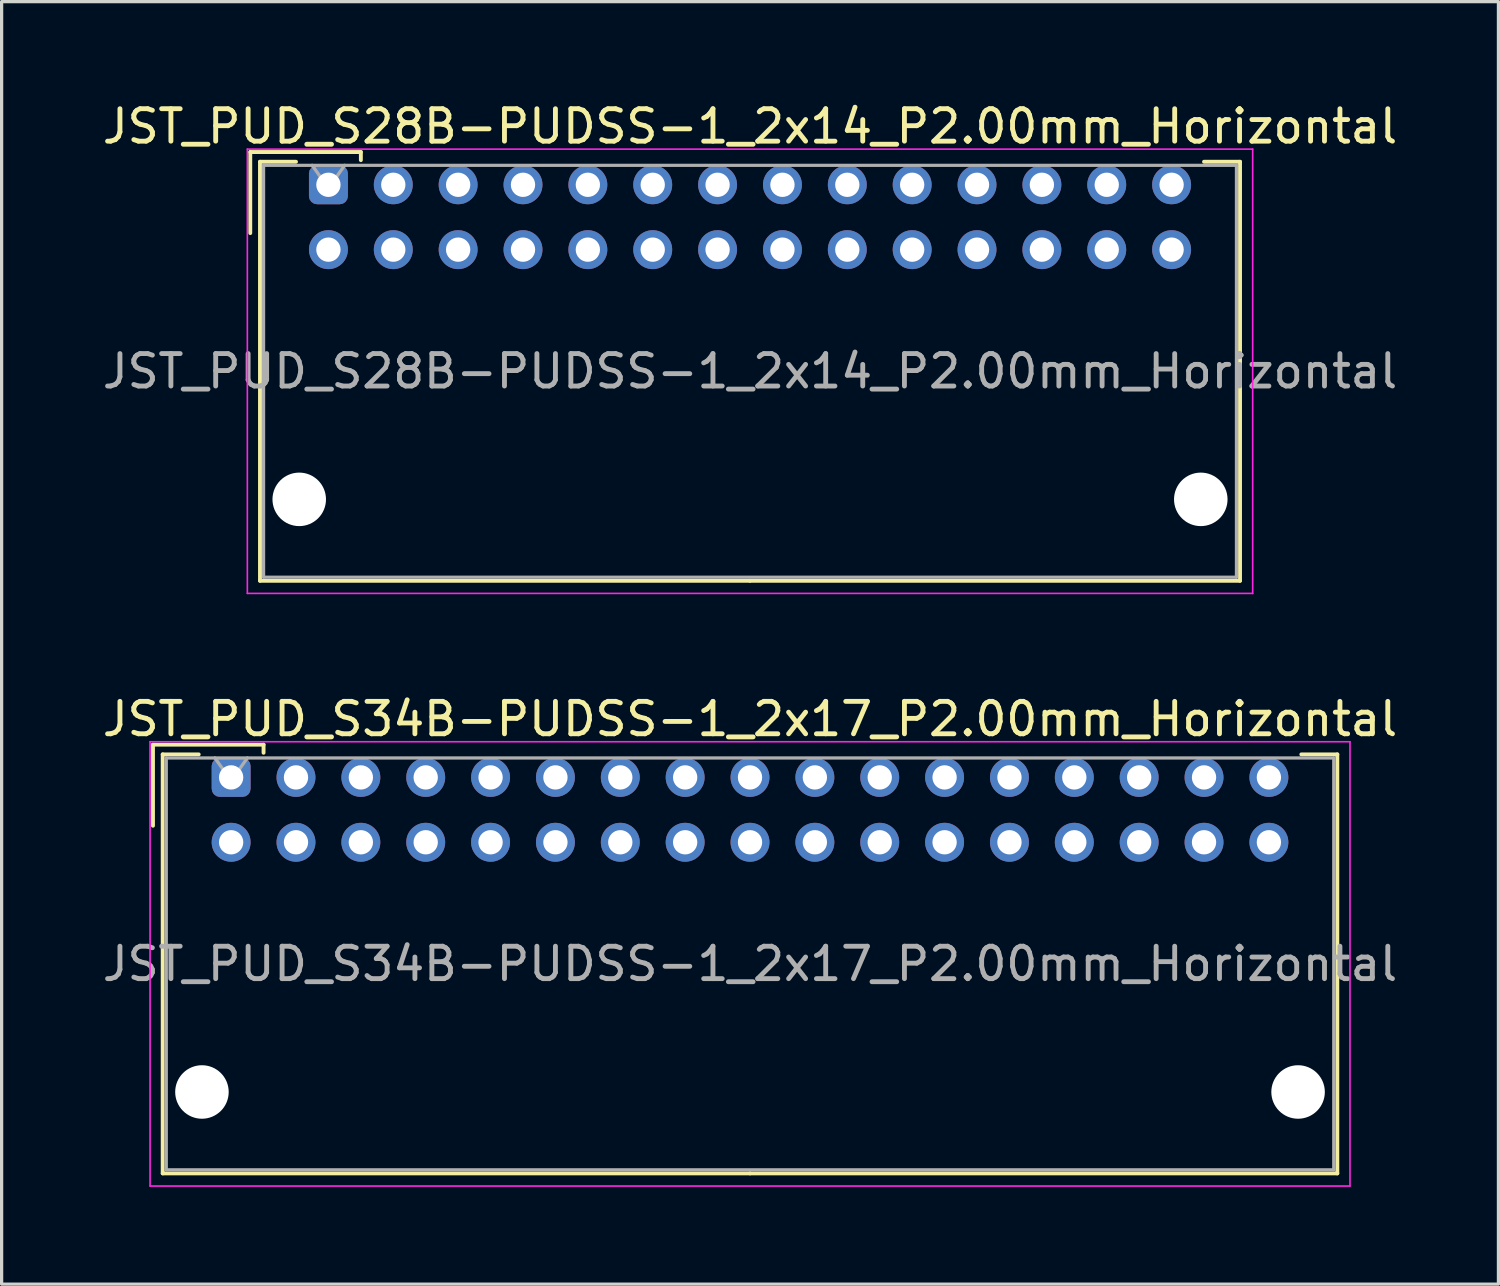
<source format=kicad_pcb>
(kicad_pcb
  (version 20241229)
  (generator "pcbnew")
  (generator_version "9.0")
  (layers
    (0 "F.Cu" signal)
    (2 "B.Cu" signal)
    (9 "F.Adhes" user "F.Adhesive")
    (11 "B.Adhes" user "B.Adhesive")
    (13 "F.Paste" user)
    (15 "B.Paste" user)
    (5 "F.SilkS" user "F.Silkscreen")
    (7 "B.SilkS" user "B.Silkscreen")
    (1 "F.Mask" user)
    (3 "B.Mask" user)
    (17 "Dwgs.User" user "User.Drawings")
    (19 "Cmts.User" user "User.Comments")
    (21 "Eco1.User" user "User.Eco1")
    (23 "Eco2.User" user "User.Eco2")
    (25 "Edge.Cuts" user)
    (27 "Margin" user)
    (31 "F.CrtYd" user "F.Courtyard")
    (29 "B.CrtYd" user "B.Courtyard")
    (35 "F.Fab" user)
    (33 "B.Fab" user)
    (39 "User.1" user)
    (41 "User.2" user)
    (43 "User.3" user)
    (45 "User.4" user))
  (footprint "JST_PUD_S28B-PUDSS-1_2x14_P2.00mm_Horizontal"
    (layer "F.Cu")
    (at 7.077 2.648)
    (property "Reference" "JST_PUD_S28B-PUDSS-1_2x14_P2.00mm_Horizontal" (at 13 -1.8 0) (layer "F.SilkS") (effects (font (size 1 1) (thickness 0.15))))
    (attr through_hole)
    (fp_line (start -2.41 -1.01) (end -2.41 1.49) (stroke (width 0.12) (type solid)) (layer "F.SilkS"))
    (fp_line (start -2.11 -0.71) (end -2.11 12.21) (stroke (width 0.12) (type solid)) (layer "F.SilkS"))
    (fp_line (start -2.11 12.21) (end 13 12.21) (stroke (width 0.12) (type solid)) (layer "F.SilkS"))
    (fp_line (start -1 -0.71) (end -2.11 -0.71) (stroke (width 0.12) (type solid)) (layer "F.SilkS"))
    (fp_line (start 1 -1.01) (end -2.41 -1.01) (stroke (width 0.12) (type solid)) (layer "F.SilkS"))
    (fp_line (start 1 -0.76) (end 1 -1.01) (stroke (width 0.12) (type solid)) (layer "F.SilkS"))
    (fp_line (start 27 -0.71) (end 28.11 -0.71) (stroke (width 0.12) (type solid)) (layer "F.SilkS"))
    (fp_line (start 28.11 -0.71) (end 28.11 12.21) (stroke (width 0.12) (type solid)) (layer "F.SilkS"))
    (fp_line (start 28.11 12.21) (end 13 12.21) (stroke (width 0.12) (type solid)) (layer "F.SilkS"))
    (fp_line (start -2.5 -1.1) (end -2.5 12.6) (stroke (width 0.05) (type solid)) (layer "F.CrtYd"))
    (fp_line (start -2.5 12.6) (end 28.5 12.6) (stroke (width 0.05) (type solid)) (layer "F.CrtYd"))
    (fp_line (start 28.5 -1.1) (end -2.5 -1.1) (stroke (width 0.05) (type solid)) (layer "F.CrtYd"))
    (fp_line (start 28.5 12.6) (end 28.5 -1.1) (stroke (width 0.05) (type solid)) (layer "F.CrtYd"))
    (fp_line (start -2 -0.6) (end -2 12.1) (stroke (width 0.1) (type solid)) (layer "F.Fab"))
    (fp_line (start -2 12.1) (end 28 12.1) (stroke (width 0.1) (type solid)) (layer "F.Fab"))
    (fp_line (start 0 0.107) (end -0.5 -0.6) (stroke (width 0.1) (type solid)) (layer "F.Fab"))
    (fp_line (start 0.5 -0.6) (end 0 0.107) (stroke (width 0.1) (type solid)) (layer "F.Fab"))
    (fp_line (start 28 -0.6) (end -2 -0.6) (stroke (width 0.1) (type solid)) (layer "F.Fab"))
    (fp_line (start 28 12.1) (end 28 -0.6) (stroke (width 0.1) (type solid)) (layer "F.Fab"))
    (fp_text user "${REFERENCE}" (at 13 5.75 0) (layer "F.Fab") (effects (font (size 1 1) (thickness 0.15))))
    (pad "" np_thru_hole circle (at -0.9 9.7) (size 1.65 1.65) (drill 1.65) (layers "*.Cu" "*.Mask"))
    (pad "" np_thru_hole circle (at 26.9 9.7) (size 1.65 1.65) (drill 1.65) (layers "*.Cu" "*.Mask"))
    (pad "1" thru_hole roundrect (at 0 0) (size 1.2 1.2) (drill 0.75) (layers "*.Cu" "*.Mask") (roundrect_rratio 0.208))
    (pad "2" thru_hole circle (at 0 2) (size 1.2 1.2) (drill 0.75) (layers "*.Cu" "*.Mask"))
    (pad "3" thru_hole circle (at 2 0) (size 1.2 1.2) (drill 0.75) (layers "*.Cu" "*.Mask"))
    (pad "4" thru_hole circle (at 2 2) (size 1.2 1.2) (drill 0.75) (layers "*.Cu" "*.Mask"))
    (pad "5" thru_hole circle (at 4 0) (size 1.2 1.2) (drill 0.75) (layers "*.Cu" "*.Mask"))
    (pad "6" thru_hole circle (at 4 2) (size 1.2 1.2) (drill 0.75) (layers "*.Cu" "*.Mask"))
    (pad "7" thru_hole circle (at 6 0) (size 1.2 1.2) (drill 0.75) (layers "*.Cu" "*.Mask"))
    (pad "8" thru_hole circle (at 6 2) (size 1.2 1.2) (drill 0.75) (layers "*.Cu" "*.Mask"))
    (pad "9" thru_hole circle (at 8 0) (size 1.2 1.2) (drill 0.75) (layers "*.Cu" "*.Mask"))
    (pad "10" thru_hole circle (at 8 2) (size 1.2 1.2) (drill 0.75) (layers "*.Cu" "*.Mask"))
    (pad "11" thru_hole circle (at 10 0) (size 1.2 1.2) (drill 0.75) (layers "*.Cu" "*.Mask"))
    (pad "12" thru_hole circle (at 10 2) (size 1.2 1.2) (drill 0.75) (layers "*.Cu" "*.Mask"))
    (pad "13" thru_hole circle (at 12 0) (size 1.2 1.2) (drill 0.75) (layers "*.Cu" "*.Mask"))
    (pad "14" thru_hole circle (at 12 2) (size 1.2 1.2) (drill 0.75) (layers "*.Cu" "*.Mask"))
    (pad "15" thru_hole circle (at 14 0) (size 1.2 1.2) (drill 0.75) (layers "*.Cu" "*.Mask"))
    (pad "16" thru_hole circle (at 14 2) (size 1.2 1.2) (drill 0.75) (layers "*.Cu" "*.Mask"))
    (pad "17" thru_hole circle (at 16 0) (size 1.2 1.2) (drill 0.75) (layers "*.Cu" "*.Mask"))
    (pad "18" thru_hole circle (at 16 2) (size 1.2 1.2) (drill 0.75) (layers "*.Cu" "*.Mask"))
    (pad "19" thru_hole circle (at 18 0) (size 1.2 1.2) (drill 0.75) (layers "*.Cu" "*.Mask"))
    (pad "20" thru_hole circle (at 18 2) (size 1.2 1.2) (drill 0.75) (layers "*.Cu" "*.Mask"))
    (pad "21" thru_hole circle (at 20 0) (size 1.2 1.2) (drill 0.75) (layers "*.Cu" "*.Mask"))
    (pad "22" thru_hole circle (at 20 2) (size 1.2 1.2) (drill 0.75) (layers "*.Cu" "*.Mask"))
    (pad "23" thru_hole circle (at 22 0) (size 1.2 1.2) (drill 0.75) (layers "*.Cu" "*.Mask"))
    (pad "24" thru_hole circle (at 22 2) (size 1.2 1.2) (drill 0.75) (layers "*.Cu" "*.Mask"))
    (pad "25" thru_hole circle (at 24 0) (size 1.2 1.2) (drill 0.75) (layers "*.Cu" "*.Mask"))
    (pad "26" thru_hole circle (at 24 2) (size 1.2 1.2) (drill 0.75) (layers "*.Cu" "*.Mask"))
    (pad "27" thru_hole circle (at 26 0) (size 1.2 1.2) (drill 0.75) (layers "*.Cu" "*.Mask"))
    (pad "28" thru_hole circle (at 26 2) (size 1.2 1.2) (drill 0.75) (layers "*.Cu" "*.Mask")))
  (footprint "JST_PUD_S34B-PUDSS-1_2x17_P2.00mm_Horizontal"
    (layer "F.Cu")
    (at 4.077 20.922)
    (property "Reference" "JST_PUD_S34B-PUDSS-1_2x17_P2.00mm_Horizontal" (at 16 -1.8 0) (layer "F.SilkS") (effects (font (size 1 1) (thickness 0.15))))
    (attr through_hole)
    (fp_line (start -2.41 -1.01) (end -2.41 1.49) (stroke (width 0.12) (type solid)) (layer "F.SilkS"))
    (fp_line (start -2.11 -0.71) (end -2.11 12.21) (stroke (width 0.12) (type solid)) (layer "F.SilkS"))
    (fp_line (start -2.11 12.21) (end 16 12.21) (stroke (width 0.12) (type solid)) (layer "F.SilkS"))
    (fp_line (start -1 -0.71) (end -2.11 -0.71) (stroke (width 0.12) (type solid)) (layer "F.SilkS"))
    (fp_line (start 1 -1.01) (end -2.41 -1.01) (stroke (width 0.12) (type solid)) (layer "F.SilkS"))
    (fp_line (start 1 -0.76) (end 1 -1.01) (stroke (width 0.12) (type solid)) (layer "F.SilkS"))
    (fp_line (start 33 -0.71) (end 34.11 -0.71) (stroke (width 0.12) (type solid)) (layer "F.SilkS"))
    (fp_line (start 34.11 -0.71) (end 34.11 12.21) (stroke (width 0.12) (type solid)) (layer "F.SilkS"))
    (fp_line (start 34.11 12.21) (end 16 12.21) (stroke (width 0.12) (type solid)) (layer "F.SilkS"))
    (fp_line (start -2.5 -1.1) (end -2.5 12.6) (stroke (width 0.05) (type solid)) (layer "F.CrtYd"))
    (fp_line (start -2.5 12.6) (end 34.5 12.6) (stroke (width 0.05) (type solid)) (layer "F.CrtYd"))
    (fp_line (start 34.5 -1.1) (end -2.5 -1.1) (stroke (width 0.05) (type solid)) (layer "F.CrtYd"))
    (fp_line (start 34.5 12.6) (end 34.5 -1.1) (stroke (width 0.05) (type solid)) (layer "F.CrtYd"))
    (fp_line (start -2 -0.6) (end -2 12.1) (stroke (width 0.1) (type solid)) (layer "F.Fab"))
    (fp_line (start -2 12.1) (end 34 12.1) (stroke (width 0.1) (type solid)) (layer "F.Fab"))
    (fp_line (start 0 0.107) (end -0.5 -0.6) (stroke (width 0.1) (type solid)) (layer "F.Fab"))
    (fp_line (start 0.5 -0.6) (end 0 0.107) (stroke (width 0.1) (type solid)) (layer "F.Fab"))
    (fp_line (start 34 -0.6) (end -2 -0.6) (stroke (width 0.1) (type solid)) (layer "F.Fab"))
    (fp_line (start 34 12.1) (end 34 -0.6) (stroke (width 0.1) (type solid)) (layer "F.Fab"))
    (fp_text user "${REFERENCE}" (at 16 5.75 0) (layer "F.Fab") (effects (font (size 1 1) (thickness 0.15))))
    (pad "" np_thru_hole circle (at -0.9 9.7) (size 1.65 1.65) (drill 1.65) (layers "*.Cu" "*.Mask"))
    (pad "" np_thru_hole circle (at 32.9 9.7) (size 1.65 1.65) (drill 1.65) (layers "*.Cu" "*.Mask"))
    (pad "1" thru_hole roundrect (at 0 0) (size 1.2 1.2) (drill 0.75) (layers "*.Cu" "*.Mask") (roundrect_rratio 0.208))
    (pad "2" thru_hole circle (at 0 2) (size 1.2 1.2) (drill 0.75) (layers "*.Cu" "*.Mask"))
    (pad "3" thru_hole circle (at 2 0) (size 1.2 1.2) (drill 0.75) (layers "*.Cu" "*.Mask"))
    (pad "4" thru_hole circle (at 2 2) (size 1.2 1.2) (drill 0.75) (layers "*.Cu" "*.Mask"))
    (pad "5" thru_hole circle (at 4 0) (size 1.2 1.2) (drill 0.75) (layers "*.Cu" "*.Mask"))
    (pad "6" thru_hole circle (at 4 2) (size 1.2 1.2) (drill 0.75) (layers "*.Cu" "*.Mask"))
    (pad "7" thru_hole circle (at 6 0) (size 1.2 1.2) (drill 0.75) (layers "*.Cu" "*.Mask"))
    (pad "8" thru_hole circle (at 6 2) (size 1.2 1.2) (drill 0.75) (layers "*.Cu" "*.Mask"))
    (pad "9" thru_hole circle (at 8 0) (size 1.2 1.2) (drill 0.75) (layers "*.Cu" "*.Mask"))
    (pad "10" thru_hole circle (at 8 2) (size 1.2 1.2) (drill 0.75) (layers "*.Cu" "*.Mask"))
    (pad "11" thru_hole circle (at 10 0) (size 1.2 1.2) (drill 0.75) (layers "*.Cu" "*.Mask"))
    (pad "12" thru_hole circle (at 10 2) (size 1.2 1.2) (drill 0.75) (layers "*.Cu" "*.Mask"))
    (pad "13" thru_hole circle (at 12 0) (size 1.2 1.2) (drill 0.75) (layers "*.Cu" "*.Mask"))
    (pad "14" thru_hole circle (at 12 2) (size 1.2 1.2) (drill 0.75) (layers "*.Cu" "*.Mask"))
    (pad "15" thru_hole circle (at 14 0) (size 1.2 1.2) (drill 0.75) (layers "*.Cu" "*.Mask"))
    (pad "16" thru_hole circle (at 14 2) (size 1.2 1.2) (drill 0.75) (layers "*.Cu" "*.Mask"))
    (pad "17" thru_hole circle (at 16 0) (size 1.2 1.2) (drill 0.75) (layers "*.Cu" "*.Mask"))
    (pad "18" thru_hole circle (at 16 2) (size 1.2 1.2) (drill 0.75) (layers "*.Cu" "*.Mask"))
    (pad "19" thru_hole circle (at 18 0) (size 1.2 1.2) (drill 0.75) (layers "*.Cu" "*.Mask"))
    (pad "20" thru_hole circle (at 18 2) (size 1.2 1.2) (drill 0.75) (layers "*.Cu" "*.Mask"))
    (pad "21" thru_hole circle (at 20 0) (size 1.2 1.2) (drill 0.75) (layers "*.Cu" "*.Mask"))
    (pad "22" thru_hole circle (at 20 2) (size 1.2 1.2) (drill 0.75) (layers "*.Cu" "*.Mask"))
    (pad "23" thru_hole circle (at 22 0) (size 1.2 1.2) (drill 0.75) (layers "*.Cu" "*.Mask"))
    (pad "24" thru_hole circle (at 22 2) (size 1.2 1.2) (drill 0.75) (layers "*.Cu" "*.Mask"))
    (pad "25" thru_hole circle (at 24 0) (size 1.2 1.2) (drill 0.75) (layers "*.Cu" "*.Mask"))
    (pad "26" thru_hole circle (at 24 2) (size 1.2 1.2) (drill 0.75) (layers "*.Cu" "*.Mask"))
    (pad "27" thru_hole circle (at 26 0) (size 1.2 1.2) (drill 0.75) (layers "*.Cu" "*.Mask"))
    (pad "28" thru_hole circle (at 26 2) (size 1.2 1.2) (drill 0.75) (layers "*.Cu" "*.Mask"))
    (pad "29" thru_hole circle (at 28 0) (size 1.2 1.2) (drill 0.75) (layers "*.Cu" "*.Mask"))
    (pad "30" thru_hole circle (at 28 2) (size 1.2 1.2) (drill 0.75) (layers "*.Cu" "*.Mask"))
    (pad "31" thru_hole circle (at 30 0) (size 1.2 1.2) (drill 0.75) (layers "*.Cu" "*.Mask"))
    (pad "32" thru_hole circle (at 30 2) (size 1.2 1.2) (drill 0.75) (layers "*.Cu" "*.Mask"))
    (pad "33" thru_hole circle (at 32 0) (size 1.2 1.2) (drill 0.75) (layers "*.Cu" "*.Mask"))
    (pad "34" thru_hole circle (at 32 2) (size 1.2 1.2) (drill 0.75) (layers "*.Cu" "*.Mask")))
  (gr_rect
    (start -3 -3)
    (end 43.155 36.547)
    (stroke (width 0.1) (type default))
    (fill no)
    (layer "Edge.Cuts")))
</source>
